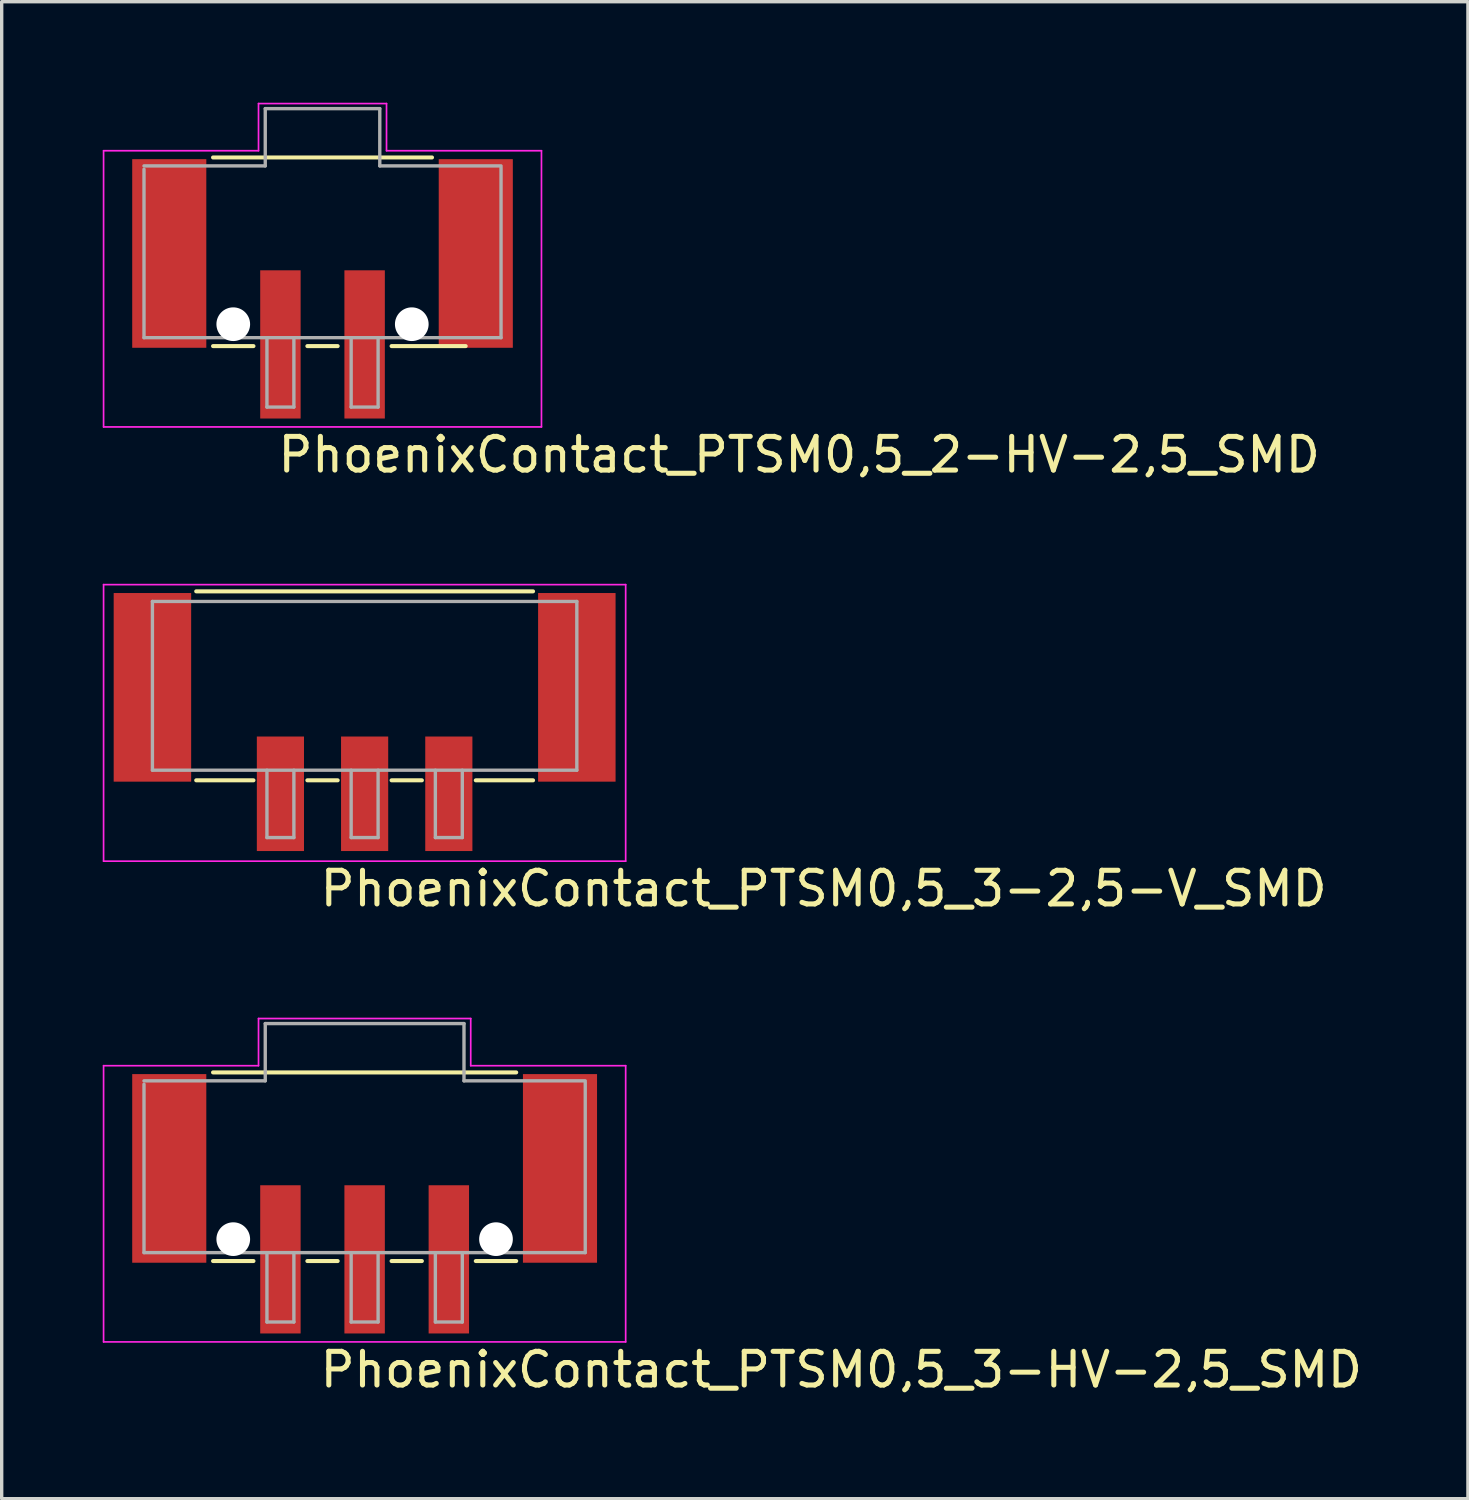
<source format=kicad_pcb>
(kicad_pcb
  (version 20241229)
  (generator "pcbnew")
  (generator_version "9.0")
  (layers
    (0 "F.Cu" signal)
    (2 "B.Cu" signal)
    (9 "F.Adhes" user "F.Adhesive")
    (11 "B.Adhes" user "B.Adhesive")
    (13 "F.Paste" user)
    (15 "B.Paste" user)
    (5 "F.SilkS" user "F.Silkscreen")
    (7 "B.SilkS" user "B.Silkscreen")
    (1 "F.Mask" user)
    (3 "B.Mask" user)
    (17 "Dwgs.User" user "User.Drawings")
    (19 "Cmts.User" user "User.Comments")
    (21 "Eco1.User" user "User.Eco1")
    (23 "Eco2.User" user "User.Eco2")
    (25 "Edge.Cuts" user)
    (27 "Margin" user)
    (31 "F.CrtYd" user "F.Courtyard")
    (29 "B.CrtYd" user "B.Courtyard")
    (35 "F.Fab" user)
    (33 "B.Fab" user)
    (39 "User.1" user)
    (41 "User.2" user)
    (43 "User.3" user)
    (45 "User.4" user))
  (footprint "PhoenixContact_PTSM0,5_3-HV-2,5_SMD"
    (layer "F.Cu")
    (at 7.775 32.988)
    (property "Reference" "PhoenixContact_PTSM0,5_3-HV-2,5_SMD" (at -1.4 5.21 0) (layer "F.SilkS") (effects (font (size 1 1) (thickness 0.15)) (justify left bottom)))
    (attr smd)
    (fp_line (start -4.5 -4.2) (end 4.5 -4.2) (stroke (width 0.12) (type solid)) (layer "F.SilkS"))
    (fp_line (start -3.3 1.4) (end -4.5 1.4) (stroke (width 0.12) (type solid)) (layer "F.SilkS"))
    (fp_line (start -0.8 1.4) (end -1.7 1.4) (stroke (width 0.12) (type solid)) (layer "F.SilkS"))
    (fp_line (start 1.7 1.4) (end 0.8 1.4) (stroke (width 0.12) (type solid)) (layer "F.SilkS"))
    (fp_line (start 4.5 1.4) (end 3.3 1.4) (stroke (width 0.12) (type solid)) (layer "F.SilkS"))
    (fp_line (start -7.75 -4.4) (end -3.15 -4.4) (stroke (width 0.05) (type solid)) (layer "F.CrtYd"))
    (fp_line (start -7.75 3.8) (end -7.75 -4.4) (stroke (width 0.05) (type solid)) (layer "F.CrtYd"))
    (fp_line (start -3.15 -5.8) (end 3.15 -5.8) (stroke (width 0.05) (type solid)) (layer "F.CrtYd"))
    (fp_line (start -3.15 -4.4) (end -3.15 -5.8) (stroke (width 0.05) (type solid)) (layer "F.CrtYd"))
    (fp_line (start 3.15 -4.4) (end 3.15 -5.8) (stroke (width 0.05) (type solid)) (layer "F.CrtYd"))
    (fp_line (start 7.75 -4.4) (end 3.15 -4.4) (stroke (width 0.05) (type solid)) (layer "F.CrtYd"))
    (fp_line (start 7.75 -4.4) (end 7.75 3.8) (stroke (width 0.05) (type solid)) (layer "F.CrtYd"))
    (fp_line (start 7.75 3.8) (end -7.75 3.8) (stroke (width 0.05) (type solid)) (layer "F.CrtYd"))
    (fp_line (start -6.55 -3.95) (end -2.95 -3.95) (stroke (width 0.1) (type solid)) (layer "F.Fab"))
    (fp_line (start -6.55 1.15) (end -6.55 -3.85) (stroke (width 0.1) (type solid)) (layer "F.Fab"))
    (fp_line (start -2.95 -5.65) (end 2.95 -5.65) (stroke (width 0.1) (type solid)) (layer "F.Fab"))
    (fp_line (start -2.95 -3.95) (end -2.95 -5.65) (stroke (width 0.1) (type solid)) (layer "F.Fab"))
    (fp_line (start -2.9 1.15) (end -2.9 3.21) (stroke (width 0.1) (type solid)) (layer "F.Fab"))
    (fp_line (start -2.9 3.21) (end -2.1 3.21) (stroke (width 0.1) (type solid)) (layer "F.Fab"))
    (fp_line (start -2.1 1.15) (end -2.1 3.21) (stroke (width 0.1) (type solid)) (layer "F.Fab"))
    (fp_line (start -0.4 1.15) (end -0.4 3.21) (stroke (width 0.1) (type solid)) (layer "F.Fab"))
    (fp_line (start -0.4 3.21) (end 0.4 3.21) (stroke (width 0.1) (type solid)) (layer "F.Fab"))
    (fp_line (start 0.4 1.15) (end 0.4 3.21) (stroke (width 0.1) (type solid)) (layer "F.Fab"))
    (fp_line (start 2.1 1.15) (end 2.1 3.21) (stroke (width 0.1) (type solid)) (layer "F.Fab"))
    (fp_line (start 2.1 3.21) (end 2.9 3.21) (stroke (width 0.1) (type solid)) (layer "F.Fab"))
    (fp_line (start 2.9 1.15) (end 2.9 3.21) (stroke (width 0.1) (type solid)) (layer "F.Fab"))
    (fp_line (start 2.95 -5.65) (end 2.95 -3.95) (stroke (width 0.1) (type solid)) (layer "F.Fab"))
    (fp_line (start 2.95 -3.95) (end 6.55 -3.95) (stroke (width 0.1) (type solid)) (layer "F.Fab"))
    (fp_line (start 6.55 1.15) (end -6.55 1.15) (stroke (width 0.1) (type solid)) (layer "F.Fab"))
    (fp_line (start 6.55 1.15) (end 6.55 -3.9) (stroke (width 0.1) (type solid)) (layer "F.Fab"))
    (pad "" smd rect (at -5.8 -1.35 180) (size 2.2 5.6) (layers "F.Cu" "F.Mask" "F.Paste"))
    (pad "" np_thru_hole circle (at -3.9 0.75) (size 1 1) (drill 1) (layers "*.Cu" "*.Mask"))
    (pad "" np_thru_hole circle (at 3.9 0.75) (size 1 1) (drill 1) (layers "*.Cu" "*.Mask"))
    (pad "" smd rect (at 5.8 -1.35 180) (size 2.2 5.6) (layers "F.Cu" "F.Mask" "F.Paste"))
    (pad "1" smd rect (at -2.5 1.35 180) (size 1.2 4.4) (layers "F.Cu" "F.Mask" "F.Paste"))
    (pad "2" smd rect (at 0 1.35 180) (size 1.2 4.4) (layers "F.Cu" "F.Mask" "F.Paste"))
    (pad "3" smd rect (at 2.5 1.35 180) (size 1.2 4.4) (layers "F.Cu" "F.Mask" "F.Paste")))
  (footprint "PhoenixContact_PTSM0,5_3-2,5-V_SMD"
    (layer "F.Cu")
    (at 7.775 18.936)
    (property "Reference" "PhoenixContact_PTSM0,5_3-2,5-V_SMD" (at -1.4 4.98 0) (layer "F.SilkS") (effects (font (size 1 1) (thickness 0.15)) (justify left bottom)))
    (attr smd)
    (fp_line (start -5 -4.43) (end 5 -4.43) (stroke (width 0.12) (type solid)) (layer "F.SilkS"))
    (fp_line (start -3.3 1.18) (end -5 1.18) (stroke (width 0.12) (type solid)) (layer "F.SilkS"))
    (fp_line (start -0.8 1.18) (end -1.7 1.18) (stroke (width 0.12) (type solid)) (layer "F.SilkS"))
    (fp_line (start 1.7 1.18) (end 0.8 1.18) (stroke (width 0.12) (type solid)) (layer "F.SilkS"))
    (fp_line (start 5 1.18) (end 3.3 1.18) (stroke (width 0.12) (type solid)) (layer "F.SilkS"))
    (fp_line (start -7.75 -4.63) (end 7.75 -4.63) (stroke (width 0.05) (type solid)) (layer "F.CrtYd"))
    (fp_line (start -7.75 3.58) (end -7.75 -4.63) (stroke (width 0.05) (type solid)) (layer "F.CrtYd"))
    (fp_line (start 7.75 -4.63) (end 7.75 3.58) (stroke (width 0.05) (type solid)) (layer "F.CrtYd"))
    (fp_line (start 7.75 3.58) (end -7.75 3.58) (stroke (width 0.05) (type solid)) (layer "F.CrtYd"))
    (fp_line (start -6.3 -4.13) (end 6.3 -4.13) (stroke (width 0.1) (type solid)) (layer "F.Fab"))
    (fp_line (start -6.3 0.88) (end -6.3 -4.13) (stroke (width 0.1) (type solid)) (layer "F.Fab"))
    (fp_line (start -2.9 0.88) (end -2.9 2.88) (stroke (width 0.1) (type solid)) (layer "F.Fab"))
    (fp_line (start -2.9 2.88) (end -2.1 2.88) (stroke (width 0.1) (type solid)) (layer "F.Fab"))
    (fp_line (start -2.1 0.88) (end -2.1 2.88) (stroke (width 0.1) (type solid)) (layer "F.Fab"))
    (fp_line (start -0.4 0.88) (end -0.4 2.88) (stroke (width 0.1) (type solid)) (layer "F.Fab"))
    (fp_line (start -0.4 2.88) (end 0.4 2.88) (stroke (width 0.1) (type solid)) (layer "F.Fab"))
    (fp_line (start 0.4 0.88) (end 0.4 2.88) (stroke (width 0.1) (type solid)) (layer "F.Fab"))
    (fp_line (start 2.1 0.88) (end 2.1 2.88) (stroke (width 0.1) (type solid)) (layer "F.Fab"))
    (fp_line (start 2.1 2.88) (end 2.9 2.88) (stroke (width 0.1) (type solid)) (layer "F.Fab"))
    (fp_line (start 2.9 0.88) (end 2.9 2.88) (stroke (width 0.1) (type solid)) (layer "F.Fab"))
    (fp_line (start 6.3 0.88) (end -6.3 0.88) (stroke (width 0.1) (type solid)) (layer "F.Fab"))
    (fp_line (start 6.3 0.88) (end 6.3 -4.13) (stroke (width 0.1) (type solid)) (layer "F.Fab"))
    (pad "" smd rect (at -6.3 -1.58 180) (size 2.3 5.6) (layers "F.Cu" "F.Mask" "F.Paste"))
    (pad "" smd rect (at 6.3 -1.58 180) (size 2.3 5.6) (layers "F.Cu" "F.Mask" "F.Paste"))
    (pad "1" smd rect (at -2.5 1.58 180) (size 1.4 3.4) (layers "F.Cu" "F.Mask" "F.Paste"))
    (pad "2" smd rect (at 0 1.58 180) (size 1.4 3.4) (layers "F.Cu" "F.Mask" "F.Paste"))
    (pad "3" smd rect (at 2.5 1.58 180) (size 1.4 3.4) (layers "F.Cu" "F.Mask" "F.Paste")))
  (footprint "PhoenixContact_PTSM0,5_2-HV-2,5_SMD"
    (layer "F.Cu")
    (at 6.525 5.825)
    (property "Reference" "PhoenixContact_PTSM0,5_2-HV-2,5_SMD" (at -1.4 5.21 0) (layer "F.SilkS") (effects (font (size 1 1) (thickness 0.15)) (justify left bottom)))
    (attr smd)
    (fp_line (start -3.25 -4.2) (end 3.25 -4.2) (stroke (width 0.12) (type solid)) (layer "F.SilkS"))
    (fp_line (start -2.05 1.4) (end -3.25 1.4) (stroke (width 0.12) (type solid)) (layer "F.SilkS"))
    (fp_line (start 0.45 1.4) (end -0.45 1.4) (stroke (width 0.12) (type solid)) (layer "F.SilkS"))
    (fp_line (start 4.25 1.4) (end 2.05 1.4) (stroke (width 0.12) (type solid)) (layer "F.SilkS"))
    (fp_line (start -6.5 -4.4) (end -1.9 -4.4) (stroke (width 0.05) (type solid)) (layer "F.CrtYd"))
    (fp_line (start -6.5 3.8) (end -6.5 -4.4) (stroke (width 0.05) (type solid)) (layer "F.CrtYd"))
    (fp_line (start -1.9 -5.8) (end 1.9 -5.8) (stroke (width 0.05) (type solid)) (layer "F.CrtYd"))
    (fp_line (start -1.9 -4.4) (end -1.9 -5.8) (stroke (width 0.05) (type solid)) (layer "F.CrtYd"))
    (fp_line (start 1.9 -4.4) (end 1.9 -5.8) (stroke (width 0.05) (type solid)) (layer "F.CrtYd"))
    (fp_line (start 6.5 -4.4) (end 1.9 -4.4) (stroke (width 0.05) (type solid)) (layer "F.CrtYd"))
    (fp_line (start 6.5 -4.4) (end 6.5 3.8) (stroke (width 0.05) (type solid)) (layer "F.CrtYd"))
    (fp_line (start 6.5 3.8) (end -6.5 3.8) (stroke (width 0.05) (type solid)) (layer "F.CrtYd"))
    (fp_line (start -5.3 -3.95) (end -1.7 -3.95) (stroke (width 0.1) (type solid)) (layer "F.Fab"))
    (fp_line (start -5.3 1.15) (end -5.3 -3.85) (stroke (width 0.1) (type solid)) (layer "F.Fab"))
    (fp_line (start -1.7 -5.65) (end 1.7 -5.65) (stroke (width 0.1) (type solid)) (layer "F.Fab"))
    (fp_line (start -1.7 -3.95) (end -1.7 -5.65) (stroke (width 0.1) (type solid)) (layer "F.Fab"))
    (fp_line (start -1.65 1.15) (end -1.65 3.21) (stroke (width 0.1) (type solid)) (layer "F.Fab"))
    (fp_line (start -1.65 3.21) (end -0.85 3.21) (stroke (width 0.1) (type solid)) (layer "F.Fab"))
    (fp_line (start -0.85 1.15) (end -0.85 3.21) (stroke (width 0.1) (type solid)) (layer "F.Fab"))
    (fp_line (start 0.85 1.15) (end 0.85 3.21) (stroke (width 0.1) (type solid)) (layer "F.Fab"))
    (fp_line (start 0.85 3.21) (end 1.65 3.21) (stroke (width 0.1) (type solid)) (layer "F.Fab"))
    (fp_line (start 1.65 1.15) (end 1.65 3.21) (stroke (width 0.1) (type solid)) (layer "F.Fab"))
    (fp_line (start 1.7 -5.65) (end 1.7 -3.95) (stroke (width 0.1) (type solid)) (layer "F.Fab"))
    (fp_line (start 1.7 -3.95) (end 5.3 -3.95) (stroke (width 0.1) (type solid)) (layer "F.Fab"))
    (fp_line (start 5.3 1.15) (end -5.3 1.15) (stroke (width 0.1) (type solid)) (layer "F.Fab"))
    (fp_line (start 5.3 1.15) (end 5.3 -3.9) (stroke (width 0.1) (type solid)) (layer "F.Fab"))
    (pad "" smd rect (at -4.55 -1.35 180) (size 2.2 5.6) (layers "F.Cu" "F.Mask" "F.Paste"))
    (pad "" np_thru_hole circle (at -2.65 0.75) (size 1 1) (drill 1) (layers "*.Cu" "*.Mask"))
    (pad "" np_thru_hole circle (at 2.65 0.75) (size 1 1) (drill 1) (layers "*.Cu" "*.Mask"))
    (pad "" smd rect (at 4.55 -1.35 180) (size 2.2 5.6) (layers "F.Cu" "F.Mask" "F.Paste"))
    (pad "1" smd rect (at -1.25 1.35 180) (size 1.2 4.4) (layers "F.Cu" "F.Mask" "F.Paste"))
    (pad "2" smd rect (at 1.25 1.35 180) (size 1.2 4.4) (layers "F.Cu" "F.Mask" "F.Paste")))
  (gr_rect
    (start -3 -3)
    (end 40.53 41.444)
    (stroke (width 0.1) (type default))
    (fill no)
    (layer "Edge.Cuts")))
</source>
